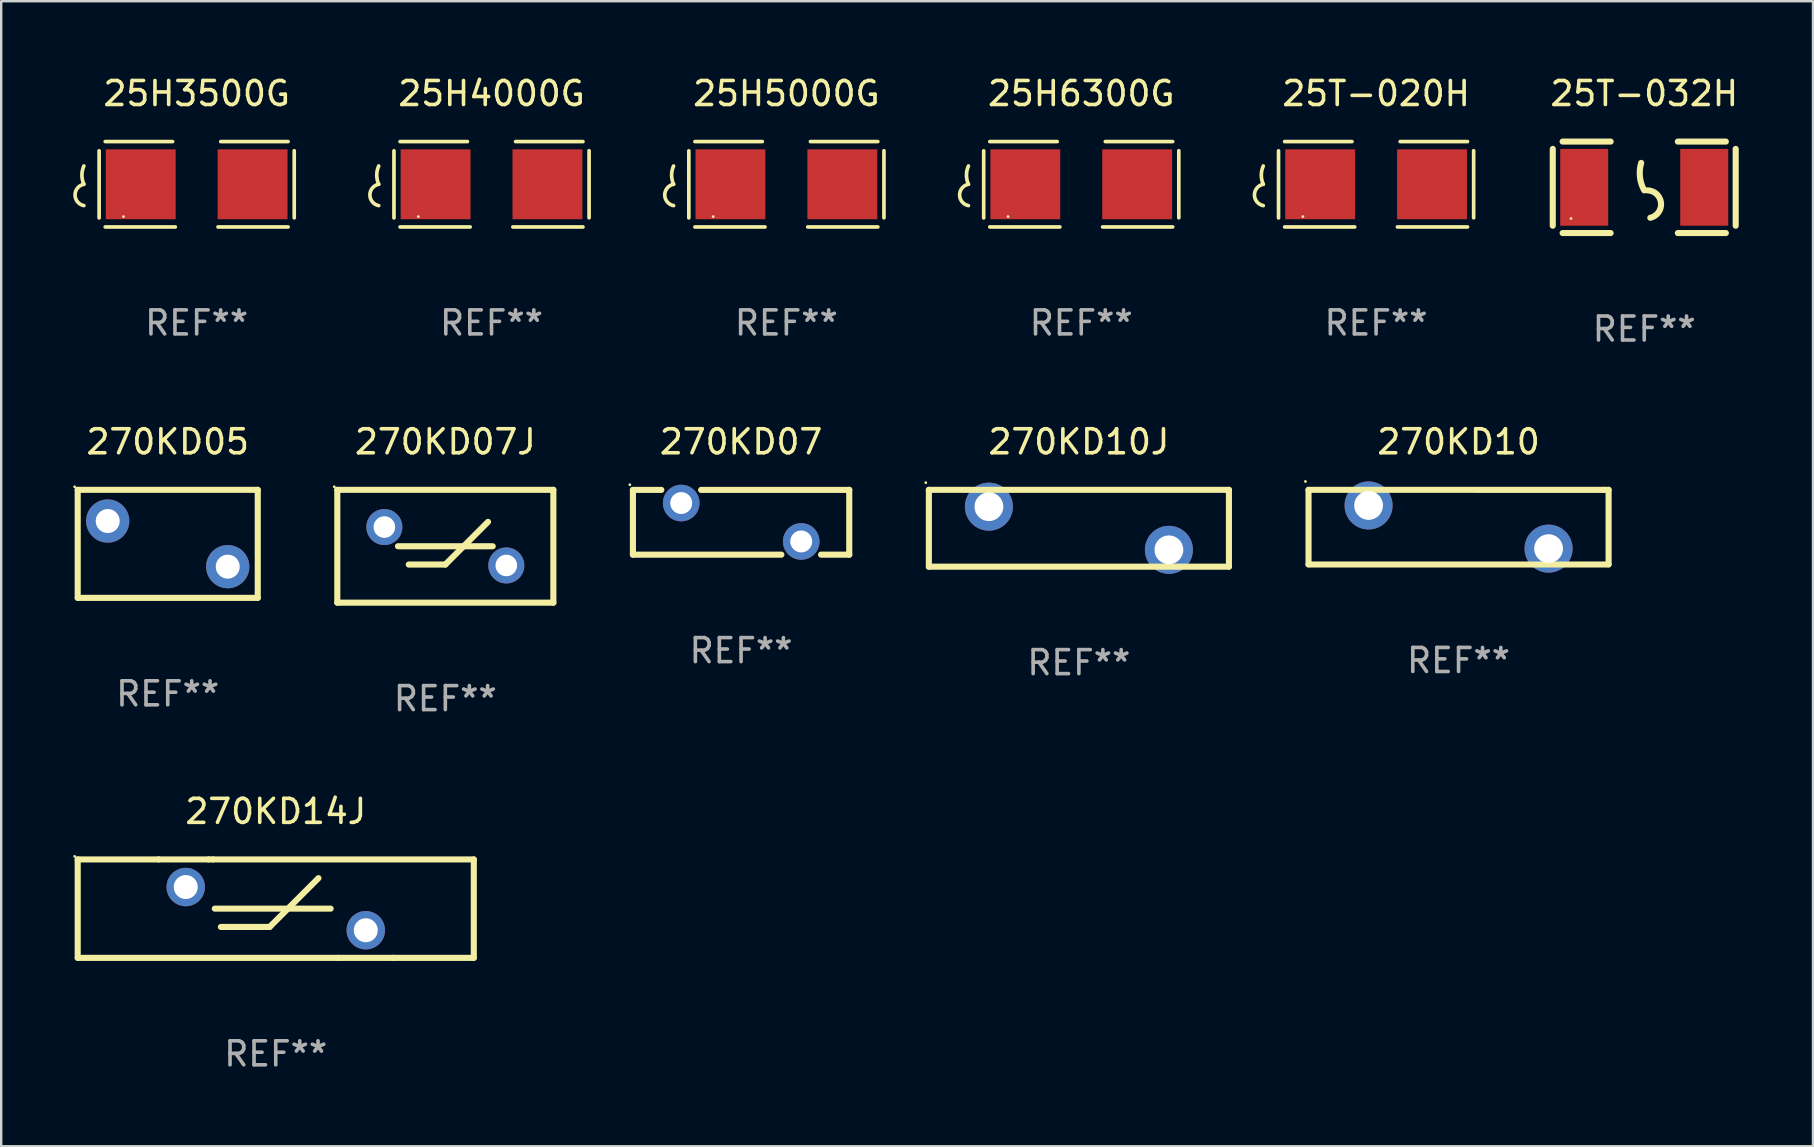
<source format=kicad_pcb>
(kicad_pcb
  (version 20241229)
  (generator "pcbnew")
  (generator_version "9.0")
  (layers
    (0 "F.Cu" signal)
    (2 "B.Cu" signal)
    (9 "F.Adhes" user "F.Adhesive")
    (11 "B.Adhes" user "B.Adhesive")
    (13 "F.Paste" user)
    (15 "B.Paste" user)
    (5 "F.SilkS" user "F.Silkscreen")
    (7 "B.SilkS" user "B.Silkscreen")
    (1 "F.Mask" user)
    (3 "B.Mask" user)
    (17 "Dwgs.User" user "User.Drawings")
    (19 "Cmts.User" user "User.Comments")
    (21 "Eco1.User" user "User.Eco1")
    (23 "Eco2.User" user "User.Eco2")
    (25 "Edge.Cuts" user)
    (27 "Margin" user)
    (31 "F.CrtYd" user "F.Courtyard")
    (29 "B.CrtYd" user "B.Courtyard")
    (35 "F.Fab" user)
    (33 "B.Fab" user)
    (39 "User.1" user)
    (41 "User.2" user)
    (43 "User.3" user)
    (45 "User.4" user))
  (footprint "25T-032H"
    (layer "F.Cu")
    (at 65.443 4.753)
    (property "Reference" "25T-032H" (at 0 -3.905 0) (layer "F.SilkS") (effects (font (size 1 1) (thickness 0.15))))
    (attr through_hole)
    (fp_line (start -3.81 -1.6) (end -3.81 1.6) (stroke (width 0.254) (type solid)) (layer "F.SilkS"))
    (fp_line (start -3.4 -1.905) (end -1.4 -1.905) (stroke (width 0.254) (type solid)) (layer "F.SilkS"))
    (fp_line (start -3.4 1.905) (end -1.4 1.905) (stroke (width 0.254) (type solid)) (layer "F.SilkS"))
    (fp_line (start 1.4 -1.905) (end 3.4 -1.905) (stroke (width 0.254) (type solid)) (layer "F.SilkS"))
    (fp_line (start 1.4 1.905) (end 3.4 1.905) (stroke (width 0.254) (type solid)) (layer "F.SilkS"))
    (fp_line (start 3.81 -1.6) (end 3.81 1.6) (stroke (width 0.254) (type solid)) (layer "F.SilkS"))
    (fp_arc (start 0 0.127) (mid -0.178599 -0.431712) (end -0.127 -1.016002) (stroke (width 0.254001) (type solid)) (layer "F.SilkS"))
    (fp_arc (start 0.126999 0.127) (mid 0.698883 0.642014) (end 0.254001 1.270003) (stroke (width 0.254001) (type solid)) (layer "F.SilkS"))
    (fp_circle (center -3.05 1.3) (end -3.02 1.3) (stroke (width 0.06) (type solid)) (fill no) (layer "F.SilkS"))
    (fp_text user "REF**" (at 0 5.905 0) (layer "F.Fab") (effects (font (size 1 1) (thickness 0.15))))
    (pad "1" smd rect (at -2.5 0) (size 2 3.2) (layers "F.Cu" "F.Mask" "F.Paste"))
    (pad "2" smd rect (at 2.5 0) (size 2 3.2) (layers "F.Cu" "F.Mask" "F.Paste")))
  (footprint "270KD07"
    (layer "F.Cu")
    (at 27.821 18.705)
    (property "Reference" "270KD07" (at 0 -3.35 0) (layer "F.SilkS") (effects (font (size 1 1) (thickness 0.15))))
    (attr through_hole)
    (fp_line (start -4.506 -1.347) (end -3.322 -1.347) (stroke (width 0.254) (type solid)) (layer "F.SilkS"))
    (fp_line (start -4.506 1.35) (end -4.506 -1.347) (stroke (width 0.254) (type solid)) (layer "F.SilkS"))
    (fp_line (start -4.506 1.35) (end 1.679 1.35) (stroke (width 0.254) (type solid)) (layer "F.SilkS"))
    (fp_line (start -1.665 -1.347) (end 4.506 -1.347) (stroke (width 0.254) (type solid)) (layer "F.SilkS"))
    (fp_line (start 3.331 1.35) (end 4.506 1.35) (stroke (width 0.254) (type solid)) (layer "F.SilkS"))
    (fp_line (start 4.506 -1.35) (end 4.506 1.35) (stroke (width 0.254) (type solid)) (layer "F.SilkS"))
    (fp_circle (center -4.633 -1.562) (end -4.603 -1.562) (stroke (width 0.06) (type solid)) (fill no) (layer "F.SilkS"))
    (fp_text user "REF**" (at 0 5.35 0) (layer "F.Fab") (effects (font (size 1 1) (thickness 0.15))))
    (pad "1" thru_hole circle (at -2.494 -0.8) (size 1.524 1.524) (drill 0.914) (layers "*.Cu" "*.Mask"))
    (pad "2" thru_hole circle (at 2.505 0.8) (size 1.524 1.524) (drill 0.914) (layers "*.Cu" "*.Mask")))
  (footprint "270KD07J"
    (layer "F.Cu")
    (at 15.501 19.705)
    (property "Reference" "270KD07J" (at 0 -4.35 0) (layer "F.SilkS") (effects (font (size 1 1) (thickness 0.15))))
    (attr through_hole)
    (fp_line (start -4.5 -2.35) (end 4.5 -2.35) (stroke (width 0.254) (type solid)) (layer "F.SilkS"))
    (fp_line (start -4.5 2.35) (end -4.5 -2.35) (stroke (width 0.254) (type solid)) (layer "F.SilkS"))
    (fp_line (start -1.974 0) (end 1.974 0) (stroke (width 0.254) (type solid)) (layer "F.SilkS"))
    (fp_line (start -1.524 0.762) (end 0 0.762) (stroke (width 0.254) (type solid)) (layer "F.SilkS"))
    (fp_line (start 0 0.762) (end 1.778 -1.016) (stroke (width 0.254) (type solid)) (layer "F.SilkS"))
    (fp_line (start 4.5 -2.35) (end 4.5 2.35) (stroke (width 0.254) (type solid)) (layer "F.SilkS"))
    (fp_line (start 4.5 2.35) (end -4.5 2.35) (stroke (width 0.254) (type solid)) (layer "F.SilkS"))
    (fp_circle (center -4.627 -2.477) (end -4.597 -2.477) (stroke (width 0.06) (type solid)) (fill no) (layer "F.SilkS"))
    (fp_text user "REF**" (at 0 6.35 0) (layer "F.Fab") (effects (font (size 1 1) (thickness 0.15))))
    (pad "1" thru_hole circle (at -2.54 -0.8) (size 1.5 1.5) (drill 0.9) (layers "*.Cu" "*.Mask"))
    (pad "2" thru_hole circle (at 2.54 0.8) (size 1.5 1.5) (drill 0.9) (layers "*.Cu" "*.Mask")))
  (footprint "270KD05"
    (layer "F.Cu")
    (at 3.937 19.605)
    (property "Reference" "270KD05" (at 0 -4.25 0) (layer "F.SilkS") (effects (font (size 1 1) (thickness 0.15))))
    (attr through_hole)
    (fp_line (start -3.75 -2.25) (end -3.75 2.25) (stroke (width 0.254) (type solid)) (layer "F.SilkS"))
    (fp_line (start -3.75 -2.25) (end 3.75 -2.25) (stroke (width 0.254) (type solid)) (layer "F.SilkS"))
    (fp_line (start -3.75 2.25) (end 3.75 2.25) (stroke (width 0.254) (type solid)) (layer "F.SilkS"))
    (fp_line (start 3.75 -2.25) (end 3.75 2.25) (stroke (width 0.254) (type solid)) (layer "F.SilkS"))
    (fp_circle (center -3.877 -2.377) (end -3.847 -2.377) (stroke (width 0.06) (type solid)) (fill no) (layer "F.SilkS"))
    (fp_text user "REF**" (at 0 6.25 0) (layer "F.Fab") (effects (font (size 1 1) (thickness 0.15))))
    (pad "1" thru_hole circle (at -2.5 -0.95) (size 1.8 1.8) (drill 1) (layers "*.Cu" "*.Mask"))
    (pad "2" thru_hole circle (at 2.5 0.95) (size 1.8 1.8) (drill 1) (layers "*.Cu" "*.Mask")))
  (footprint "270KD14J"
    (layer "F.Cu")
    (at 8.437 34.801)
    (property "Reference" "270KD14J" (at 0 -4.05 0) (layer "F.SilkS") (effects (font (size 1 1) (thickness 0.15))))
    (attr through_hole)
    (fp_line (start -8.25 -2.05) (end -4.881 -2.05) (stroke (width 0.254) (type solid)) (layer "F.SilkS"))
    (fp_line (start -8.25 2.05) (end -8.25 -2.05) (stroke (width 0.254) (type solid)) (layer "F.SilkS"))
    (fp_line (start -8.25 2.05) (end 2.619 2.05) (stroke (width 0.254) (type solid)) (layer "F.SilkS"))
    (fp_line (start -4.881 -2.05) (end -2.794 -2.05) (stroke (width 0.254) (type solid)) (layer "F.SilkS"))
    (fp_line (start -2.794 -2.05) (end -2.619 -2.05) (stroke (width 0.254) (type solid)) (layer "F.SilkS"))
    (fp_line (start -2.54 0) (end 2.286 0) (stroke (width 0.254) (type solid)) (layer "F.SilkS"))
    (fp_line (start -2.286 0.762) (end -0.254 0.762) (stroke (width 0.254) (type solid)) (layer "F.SilkS"))
    (fp_line (start -0.254 0.762) (end 1.778 -1.27) (stroke (width 0.254) (type solid)) (layer "F.SilkS"))
    (fp_line (start 2.619 2.05) (end 4.881 2.05) (stroke (width 0.254) (type solid)) (layer "F.SilkS"))
    (fp_line (start 4.881 2.05) (end 8.25 2.05) (stroke (width 0.254) (type solid)) (layer "F.SilkS"))
    (fp_line (start 8.25 -2.05) (end -2.619 -2.05) (stroke (width 0.254) (type solid)) (layer "F.SilkS"))
    (fp_line (start 8.25 -2.05) (end 8.25 2.05) (stroke (width 0.254) (type solid)) (layer "F.SilkS"))
    (fp_circle (center -8.377 -2.177) (end -8.347 -2.177) (stroke (width 0.06) (type solid)) (fill no) (layer "F.SilkS"))
    (fp_text user "REF**" (at 0 6.05 0) (layer "F.Fab") (effects (font (size 1 1) (thickness 0.15))))
    (pad "1" thru_hole circle (at -3.75 -0.9) (size 1.6 1.6) (drill 1) (layers "*.Cu" "*.Mask"))
    (pad "2" thru_hole circle (at 3.75 0.9) (size 1.6 1.6) (drill 1) (layers "*.Cu" "*.Mask")))
  (footprint "25H4000G"
    (layer "F.Cu")
    (at 17.425 4.626)
    (property "Reference" "25H4000G" (at 0 -3.778 0) (layer "F.SilkS") (effects (font (size 1 1) (thickness 0.15))))
    (attr through_hole)
    (fp_line (start -4.064 -1.393) (end -4.064 1.401) (stroke (width 0.152) (type solid)) (layer "F.SilkS"))
    (fp_line (start -3.81 -1.778) (end -1.002 -1.778) (stroke (width 0.152) (type solid)) (layer "F.SilkS"))
    (fp_line (start -0.889 1.778) (end -3.81 1.778) (stroke (width 0.152) (type solid)) (layer "F.SilkS"))
    (fp_line (start 0.889 1.778) (end 3.81 1.778) (stroke (width 0.152) (type solid)) (layer "F.SilkS"))
    (fp_line (start 3.81 -1.778) (end 1.002 -1.778) (stroke (width 0.152) (type solid)) (layer "F.SilkS"))
    (fp_line (start 4.064 -1.397) (end 4.064 1.397) (stroke (width 0.152) (type solid)) (layer "F.SilkS"))
    (fp_arc (start -4.699009 0) (mid -4.780645 -0.381001) (end -4.699009 -0.762002) (stroke (width 0.151994) (type solid)) (layer "F.SilkS"))
    (fp_arc (start -4.699009 0.889002) (mid -5.066697 0.444501) (end -4.699009 0) (stroke (width 0.151994) (type solid)) (layer "F.SilkS"))
    (fp_circle (center -3.05 1.347) (end -3.02 1.347) (stroke (width 0.06) (type solid)) (fill no) (layer "F.SilkS"))
    (fp_text user "REF**" (at 0 5.778 0) (layer "F.Fab") (effects (font (size 1 1) (thickness 0.15))))
    (pad "1" smd rect (at -2.33 0) (size 2.91 2.911) (layers "F.Cu" "F.Mask" "F.Paste"))
    (pad "2" smd rect (at 2.33 0) (size 2.91 2.911) (layers "F.Cu" "F.Mask" "F.Paste")))
  (footprint "25H3500G"
    (layer "F.Cu")
    (at 5.143 4.626)
    (property "Reference" "25H3500G" (at 0 -3.778 0) (layer "F.SilkS") (effects (font (size 1 1) (thickness 0.15))))
    (attr through_hole)
    (fp_line (start -4.064 -1.393) (end -4.064 1.401) (stroke (width 0.152) (type solid)) (layer "F.SilkS"))
    (fp_line (start -3.81 -1.778) (end -1.002 -1.778) (stroke (width 0.152) (type solid)) (layer "F.SilkS"))
    (fp_line (start -0.889 1.778) (end -3.81 1.778) (stroke (width 0.152) (type solid)) (layer "F.SilkS"))
    (fp_line (start 0.889 1.778) (end 3.81 1.778) (stroke (width 0.152) (type solid)) (layer "F.SilkS"))
    (fp_line (start 3.81 -1.778) (end 1.002 -1.778) (stroke (width 0.152) (type solid)) (layer "F.SilkS"))
    (fp_line (start 4.064 -1.397) (end 4.064 1.397) (stroke (width 0.152) (type solid)) (layer "F.SilkS"))
    (fp_arc (start -4.699009 0) (mid -4.780645 -0.381001) (end -4.699009 -0.762002) (stroke (width 0.151994) (type solid)) (layer "F.SilkS"))
    (fp_arc (start -4.699009 0.889002) (mid -5.066697 0.444501) (end -4.699009 0) (stroke (width 0.151994) (type solid)) (layer "F.SilkS"))
    (fp_circle (center -3.05 1.347) (end -3.02 1.347) (stroke (width 0.06) (type solid)) (fill no) (layer "F.SilkS"))
    (fp_text user "REF**" (at 0 5.778 0) (layer "F.Fab") (effects (font (size 1 1) (thickness 0.15))))
    (pad "1" smd rect (at -2.33 0) (size 2.91 2.911) (layers "F.Cu" "F.Mask" "F.Paste"))
    (pad "2" smd rect (at 2.33 0) (size 2.91 2.911) (layers "F.Cu" "F.Mask" "F.Paste")))
  (footprint "270KD10"
    (layer "F.Cu")
    (at 57.708 18.91)
    (property "Reference" "270KD10" (at 0 -3.555 0) (layer "F.SilkS") (effects (font (size 1 1) (thickness 0.15))))
    (attr through_hole)
    (fp_line (start -6.249 -1.555) (end 6.056 -1.554) (stroke (width 0.254) (type solid)) (layer "F.SilkS"))
    (fp_line (start -6.249 1.545) (end -6.249 -1.554) (stroke (width 0.254) (type solid)) (layer "F.SilkS"))
    (fp_line (start 6.056 -1.554) (end 6.251 -1.555) (stroke (width 0.254) (type solid)) (layer "F.SilkS"))
    (fp_line (start 6.251 -1.555) (end 6.251 1.545) (stroke (width 0.254) (type solid)) (layer "F.SilkS"))
    (fp_line (start 6.251 1.555) (end -6.251 1.555) (stroke (width 0.254) (type solid)) (layer "F.SilkS"))
    (fp_circle (center -6.378 -1.904) (end -6.348 -1.904) (stroke (width 0.06) (type solid)) (fill no) (layer "F.SilkS"))
    (fp_text user "REF**" (at 0 5.555 0) (layer "F.Fab") (effects (font (size 1 1) (thickness 0.15))))
    (pad "1" thru_hole circle (at -3.748 -0.904) (size 2 2) (drill 1.2) (layers "*.Cu" "*.Mask"))
    (pad "2" thru_hole circle (at 3.75 0.894) (size 2 2) (drill 1.2) (layers "*.Cu" "*.Mask")))
  (footprint "25H5000G"
    (layer "F.Cu")
    (at 29.708 4.626)
    (property "Reference" "25H5000G" (at 0 -3.778 0) (layer "F.SilkS") (effects (font (size 1 1) (thickness 0.15))))
    (attr through_hole)
    (fp_line (start -4.064 -1.393) (end -4.064 1.401) (stroke (width 0.152) (type solid)) (layer "F.SilkS"))
    (fp_line (start -3.81 -1.778) (end -1.002 -1.778) (stroke (width 0.152) (type solid)) (layer "F.SilkS"))
    (fp_line (start -0.889 1.778) (end -3.81 1.778) (stroke (width 0.152) (type solid)) (layer "F.SilkS"))
    (fp_line (start 0.889 1.778) (end 3.81 1.778) (stroke (width 0.152) (type solid)) (layer "F.SilkS"))
    (fp_line (start 3.81 -1.778) (end 1.002 -1.778) (stroke (width 0.152) (type solid)) (layer "F.SilkS"))
    (fp_line (start 4.064 -1.397) (end 4.064 1.397) (stroke (width 0.152) (type solid)) (layer "F.SilkS"))
    (fp_arc (start -4.699009 0) (mid -4.780645 -0.381001) (end -4.699009 -0.762002) (stroke (width 0.151994) (type solid)) (layer "F.SilkS"))
    (fp_arc (start -4.699009 0.889002) (mid -5.066697 0.444501) (end -4.699009 0) (stroke (width 0.151994) (type solid)) (layer "F.SilkS"))
    (fp_circle (center -3.05 1.347) (end -3.02 1.347) (stroke (width 0.06) (type solid)) (fill no) (layer "F.SilkS"))
    (fp_text user "REF**" (at 0 5.778 0) (layer "F.Fab") (effects (font (size 1 1) (thickness 0.15))))
    (pad "1" smd rect (at -2.33 0) (size 2.91 2.911) (layers "F.Cu" "F.Mask" "F.Paste"))
    (pad "2" smd rect (at 2.33 0) (size 2.91 2.911) (layers "F.Cu" "F.Mask" "F.Paste")))
  (footprint "25H6300G"
    (layer "F.Cu")
    (at 41.991 4.626)
    (property "Reference" "25H6300G" (at 0 -3.778 0) (layer "F.SilkS") (effects (font (size 1 1) (thickness 0.15))))
    (attr through_hole)
    (fp_line (start -4.064 -1.393) (end -4.064 1.401) (stroke (width 0.152) (type solid)) (layer "F.SilkS"))
    (fp_line (start -3.81 -1.778) (end -1.002 -1.778) (stroke (width 0.152) (type solid)) (layer "F.SilkS"))
    (fp_line (start -0.889 1.778) (end -3.81 1.778) (stroke (width 0.152) (type solid)) (layer "F.SilkS"))
    (fp_line (start 0.889 1.778) (end 3.81 1.778) (stroke (width 0.152) (type solid)) (layer "F.SilkS"))
    (fp_line (start 3.81 -1.778) (end 1.002 -1.778) (stroke (width 0.152) (type solid)) (layer "F.SilkS"))
    (fp_line (start 4.064 -1.397) (end 4.064 1.397) (stroke (width 0.152) (type solid)) (layer "F.SilkS"))
    (fp_arc (start -4.699009 0) (mid -4.780645 -0.381001) (end -4.699009 -0.762002) (stroke (width 0.151994) (type solid)) (layer "F.SilkS"))
    (fp_arc (start -4.699009 0.889002) (mid -5.066697 0.444501) (end -4.699009 0) (stroke (width 0.151994) (type solid)) (layer "F.SilkS"))
    (fp_circle (center -3.05 1.347) (end -3.02 1.347) (stroke (width 0.06) (type solid)) (fill no) (layer "F.SilkS"))
    (fp_text user "REF**" (at 0 5.778 0) (layer "F.Fab") (effects (font (size 1 1) (thickness 0.15))))
    (pad "1" smd rect (at -2.33 0) (size 2.91 2.911) (layers "F.Cu" "F.Mask" "F.Paste"))
    (pad "2" smd rect (at 2.33 0) (size 2.91 2.911) (layers "F.Cu" "F.Mask" "F.Paste")))
  (footprint "270KD10J"
    (layer "F.Cu")
    (at 41.892 18.955)
    (property "Reference" "270KD10J" (at 0 -3.6 0) (layer "F.SilkS") (effects (font (size 1 1) (thickness 0.15))))
    (attr through_hole)
    (fp_line (start -6.249 -1.6) (end 6.251 -1.6) (stroke (width 0.254) (type solid)) (layer "F.SilkS"))
    (fp_line (start -6.249 1.6) (end -6.249 -1.6) (stroke (width 0.254) (type solid)) (layer "F.SilkS"))
    (fp_line (start 6.251 -1.6) (end 6.251 1.6) (stroke (width 0.254) (type solid)) (layer "F.SilkS"))
    (fp_line (start 6.251 1.6) (end -6.251 1.6) (stroke (width 0.254) (type solid)) (layer "F.SilkS"))
    (fp_circle (center -6.378 -1.899) (end -6.348 -1.899) (stroke (width 0.06) (type solid)) (fill no) (layer "F.SilkS"))
    (fp_text user "REF**" (at 0 5.6 0) (layer "F.Fab") (effects (font (size 1 1) (thickness 0.15))))
    (pad "1" thru_hole circle (at -3.748 -0.899) (size 2 2) (drill 1.2) (layers "*.Cu" "*.Mask"))
    (pad "2" thru_hole circle (at 3.75 0.899) (size 2 2) (drill 1.2) (layers "*.Cu" "*.Mask")))
  (footprint "25T-020H"
    (layer "F.Cu")
    (at 54.273 4.626)
    (property "Reference" "25T-020H" (at 0 -3.778 0) (layer "F.SilkS") (effects (font (size 1 1) (thickness 0.15))))
    (attr through_hole)
    (fp_line (start -4.064 -1.393) (end -4.064 1.401) (stroke (width 0.152) (type solid)) (layer "F.SilkS"))
    (fp_line (start -3.81 -1.778) (end -1.002 -1.778) (stroke (width 0.152) (type solid)) (layer "F.SilkS"))
    (fp_line (start -0.889 1.778) (end -3.81 1.778) (stroke (width 0.152) (type solid)) (layer "F.SilkS"))
    (fp_line (start 0.889 1.778) (end 3.81 1.778) (stroke (width 0.152) (type solid)) (layer "F.SilkS"))
    (fp_line (start 3.81 -1.778) (end 1.002 -1.778) (stroke (width 0.152) (type solid)) (layer "F.SilkS"))
    (fp_line (start 4.064 -1.397) (end 4.064 1.397) (stroke (width 0.152) (type solid)) (layer "F.SilkS"))
    (fp_arc (start -4.699009 0) (mid -4.780645 -0.381001) (end -4.699009 -0.762002) (stroke (width 0.151994) (type solid)) (layer "F.SilkS"))
    (fp_arc (start -4.699009 0.889002) (mid -5.066697 0.444501) (end -4.699009 0) (stroke (width 0.151994) (type solid)) (layer "F.SilkS"))
    (fp_circle (center -3.05 1.347) (end -3.02 1.347) (stroke (width 0.06) (type solid)) (fill no) (layer "F.SilkS"))
    (fp_text user "REF**" (at 0 5.778 0) (layer "F.Fab") (effects (font (size 1 1) (thickness 0.15))))
    (pad "1" smd rect (at -2.33 0) (size 2.91 2.911) (layers "F.Cu" "F.Mask" "F.Paste"))
    (pad "2" smd rect (at 2.33 0) (size 2.91 2.911) (layers "F.Cu" "F.Mask" "F.Paste")))
  (gr_rect
    (start -3 -3)
    (end 72.473 44.7)
    (stroke (width 0.1) (type default))
    (fill no)
    (layer "Edge.Cuts")))
</source>
